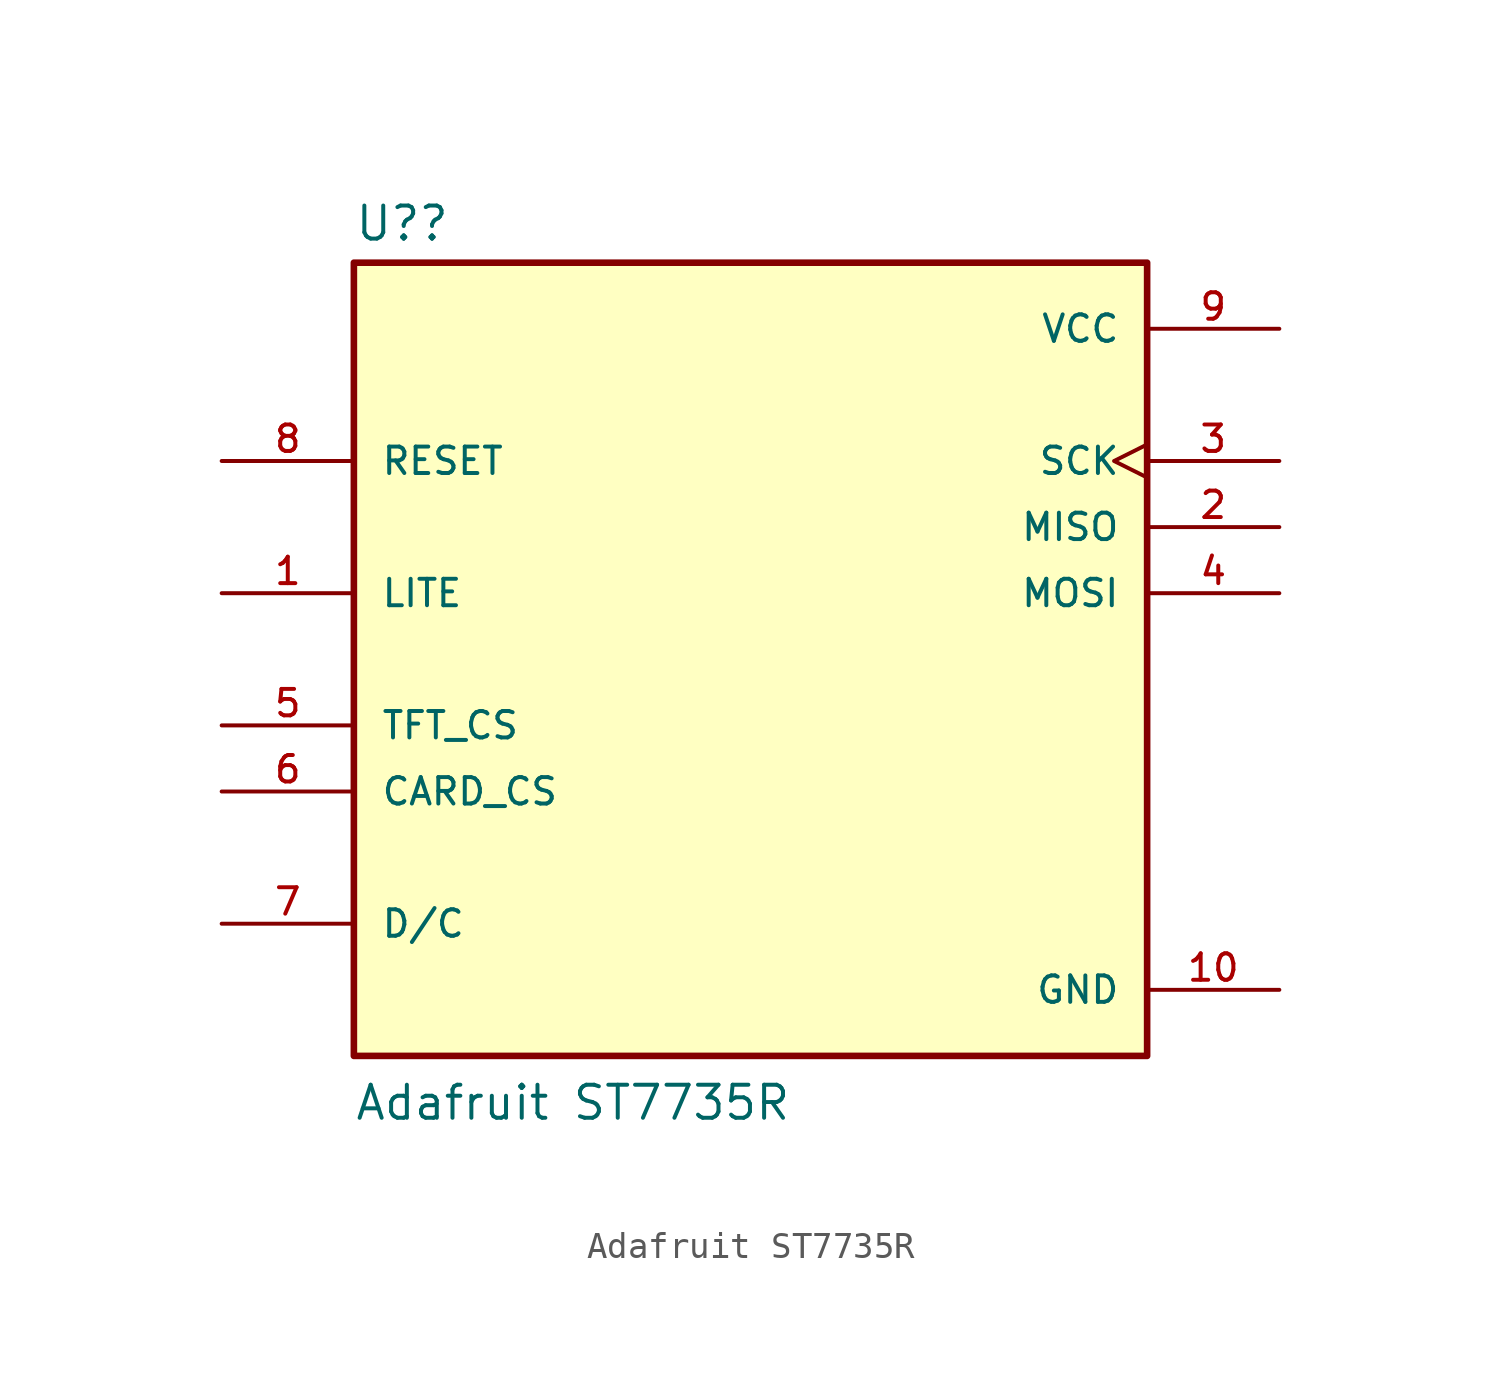
<source format=kicad_sym>
(kicad_symbol_lib
  (version 20220914)
  (generator kicad_symbol_editor)
  (symbol "Adafruit ST7735R"
    (pin_names
      (offset 1.016))
    (property "Reference" "U?"
      (at -15.24 16.002 0)
      (effects (font (size 1.27 1.27)) (justify left bottom)))
    (property "Value" "Adafruit ST7735R"
      (at -15.24 -17.78 0)
      (effects (font (size 1.27 1.27)) (justify left bottom)))
    (symbol "Adafruit ST7735R_0_0"
      (rectangle (start -15.24 15.24) (end 15.24 -15.24) (stroke (width 0.254) (type default)) (fill (type background)))
      (pin input line (at -20.32 2.54 0) (length 5.08) (name "LITE" (effects (font (size 1.016 1.016)))) (number "1" (effects (font (size 1.016 1.016)))))
      (pin power_in line (at 20.32 -12.7 180) (length 5.08) (name "GND" (effects (font (size 1.016 1.016)))) (number "10" (effects (font (size 1.016 1.016)))))
      (pin output line (at 20.32 5.08 180) (length 5.08) (name "MISO" (effects (font (size 1.016 1.016)))) (number "2" (effects (font (size 1.016 1.016)))))
      (pin input clock (at 20.32 7.62 180) (length 5.08) (name "SCK" (effects (font (size 1.016 1.016)))) (number "3" (effects (font (size 1.016 1.016)))))
      (pin input line (at 20.32 2.54 180) (length 5.08) (name "MOSI" (effects (font (size 1.016 1.016)))) (number "4" (effects (font (size 1.016 1.016)))))
      (pin input line (at -20.32 -2.54 0) (length 5.08) (name "TFT_CS" (effects (font (size 1.016 1.016)))) (number "5" (effects (font (size 1.016 1.016)))))
      (pin input line (at -20.32 -5.08 0) (length 5.08) (name "CARD_CS" (effects (font (size 1.016 1.016)))) (number "6" (effects (font (size 1.016 1.016)))))
      (pin input line (at -20.32 -10.16 0) (length 5.08) (name "D/C" (effects (font (size 1.016 1.016)))) (number "7" (effects (font (size 1.016 1.016)))))
      (pin input line (at -20.32 7.62 0) (length 5.08) (name "RESET" (effects (font (size 1.016 1.016)))) (number "8" (effects (font (size 1.016 1.016)))))
      (pin power_in line (at 20.32 12.7 180) (length 5.08) (name "VCC" (effects (font (size 1.016 1.016)))) (number "9" (effects (font (size 1.016 1.016))))))))
</source>
